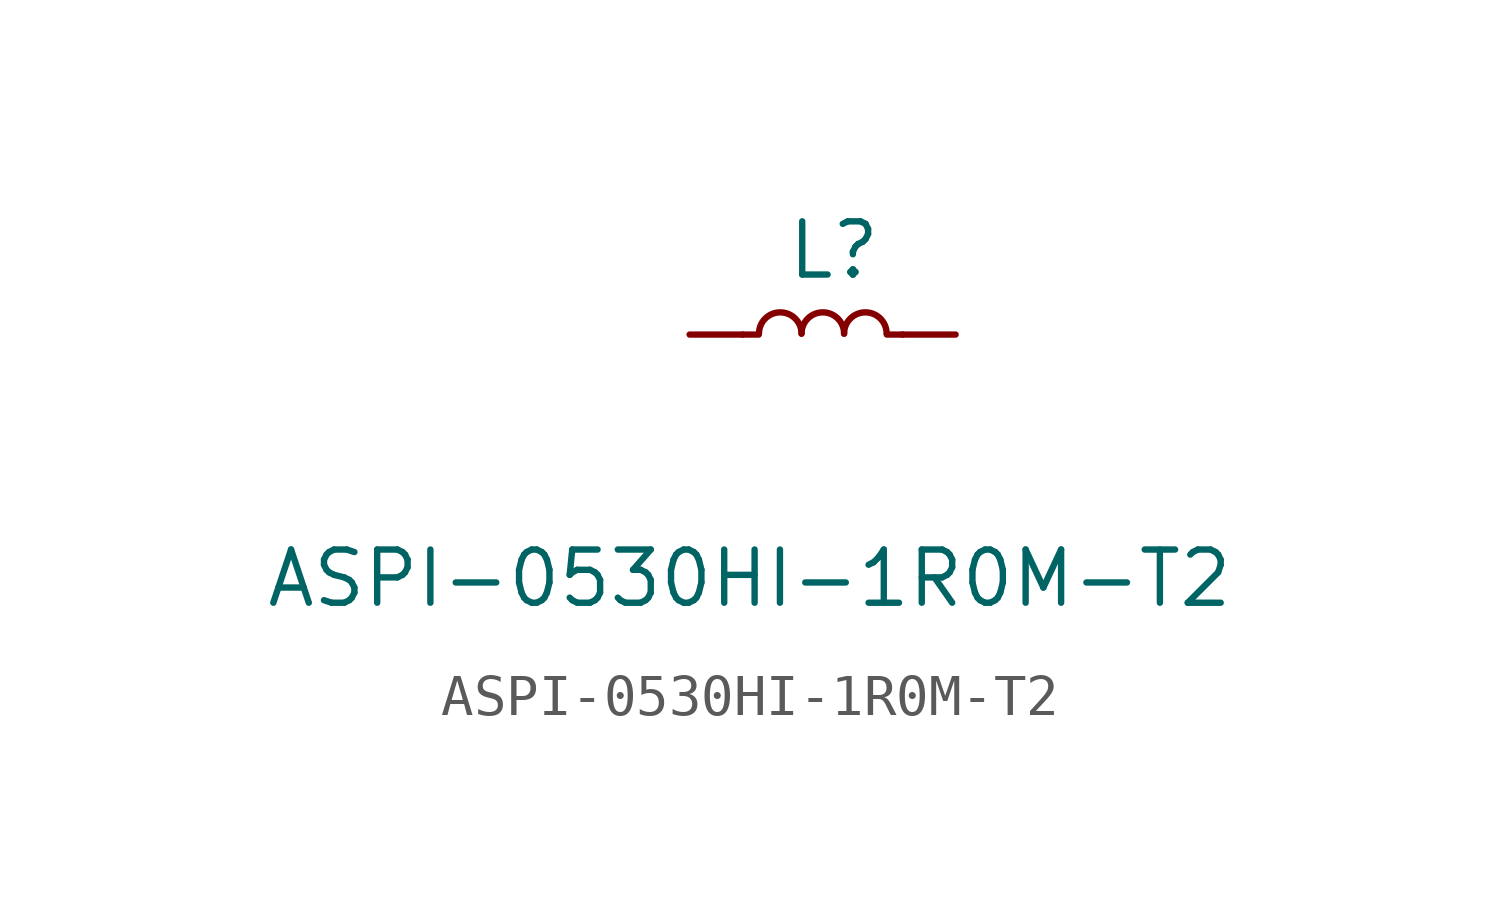
<source format=kicad_sym>
(kicad_symbol_lib
  (version 20241209)
  (generator "kicad_symbol_editor")
  (generator_version "9.0")
  (symbol "ASPI-0530HI-1R0M-T2"
    (pin_numbers
      (hide yes))
    (pin_names
      (offset 1.016)
      (hide yes))
    (property "Reference" "L"
      (at 2.286 1.27 0)
      (effects (font (size 1.27 1.27)) (justify left bottom)))
    (property "Value" "ASPI-0530HI-1R0M-T2"
      (at -10.16 -5.08 0)
      (effects (font (size 1.27 1.27)) (justify left top)))
    (symbol "ASPI-0530HI-1R0M-T2_0_1"
      (polyline (pts (xy 1.27 0) (xy 1.65 0)) (stroke (width 0) (type default)) (fill (type none)))
      (arc (start 1.6558 0.0222) (mid 2.1638 0.5302) (end 2.6718 0.0222) (stroke (width 0) (type default)) (fill (type none)))
      (arc (start 2.6718 0.0222) (mid 3.1798 0.5302) (end 3.6878 0.0222) (stroke (width 0) (type default)) (fill (type none)))
      (arc (start 3.6878 0.0222) (mid 4.1958 0.5302) (end 4.7038 0.0222) (stroke (width 0) (type default)) (fill (type none)))
      (polyline (pts (xy 4.709 0) (xy 5.088 0)) (stroke (width 0) (type default)) (fill (type none))))
    (symbol "ASPI-0530HI-1R0M-T2_1_0"
      (pin passive line (at 0 0 0) (length 1.27) (name "~" (effects (font (size 1.016 1.016)))) (number "1" (effects (font (size 1.016 1.016)))))
      (pin passive line (at 6.35 0 180) (length 1.27) (name "~" (effects (font (size 1.016 1.016)))) (number "2" (effects (font (size 1.016 1.016))))))))
</source>
